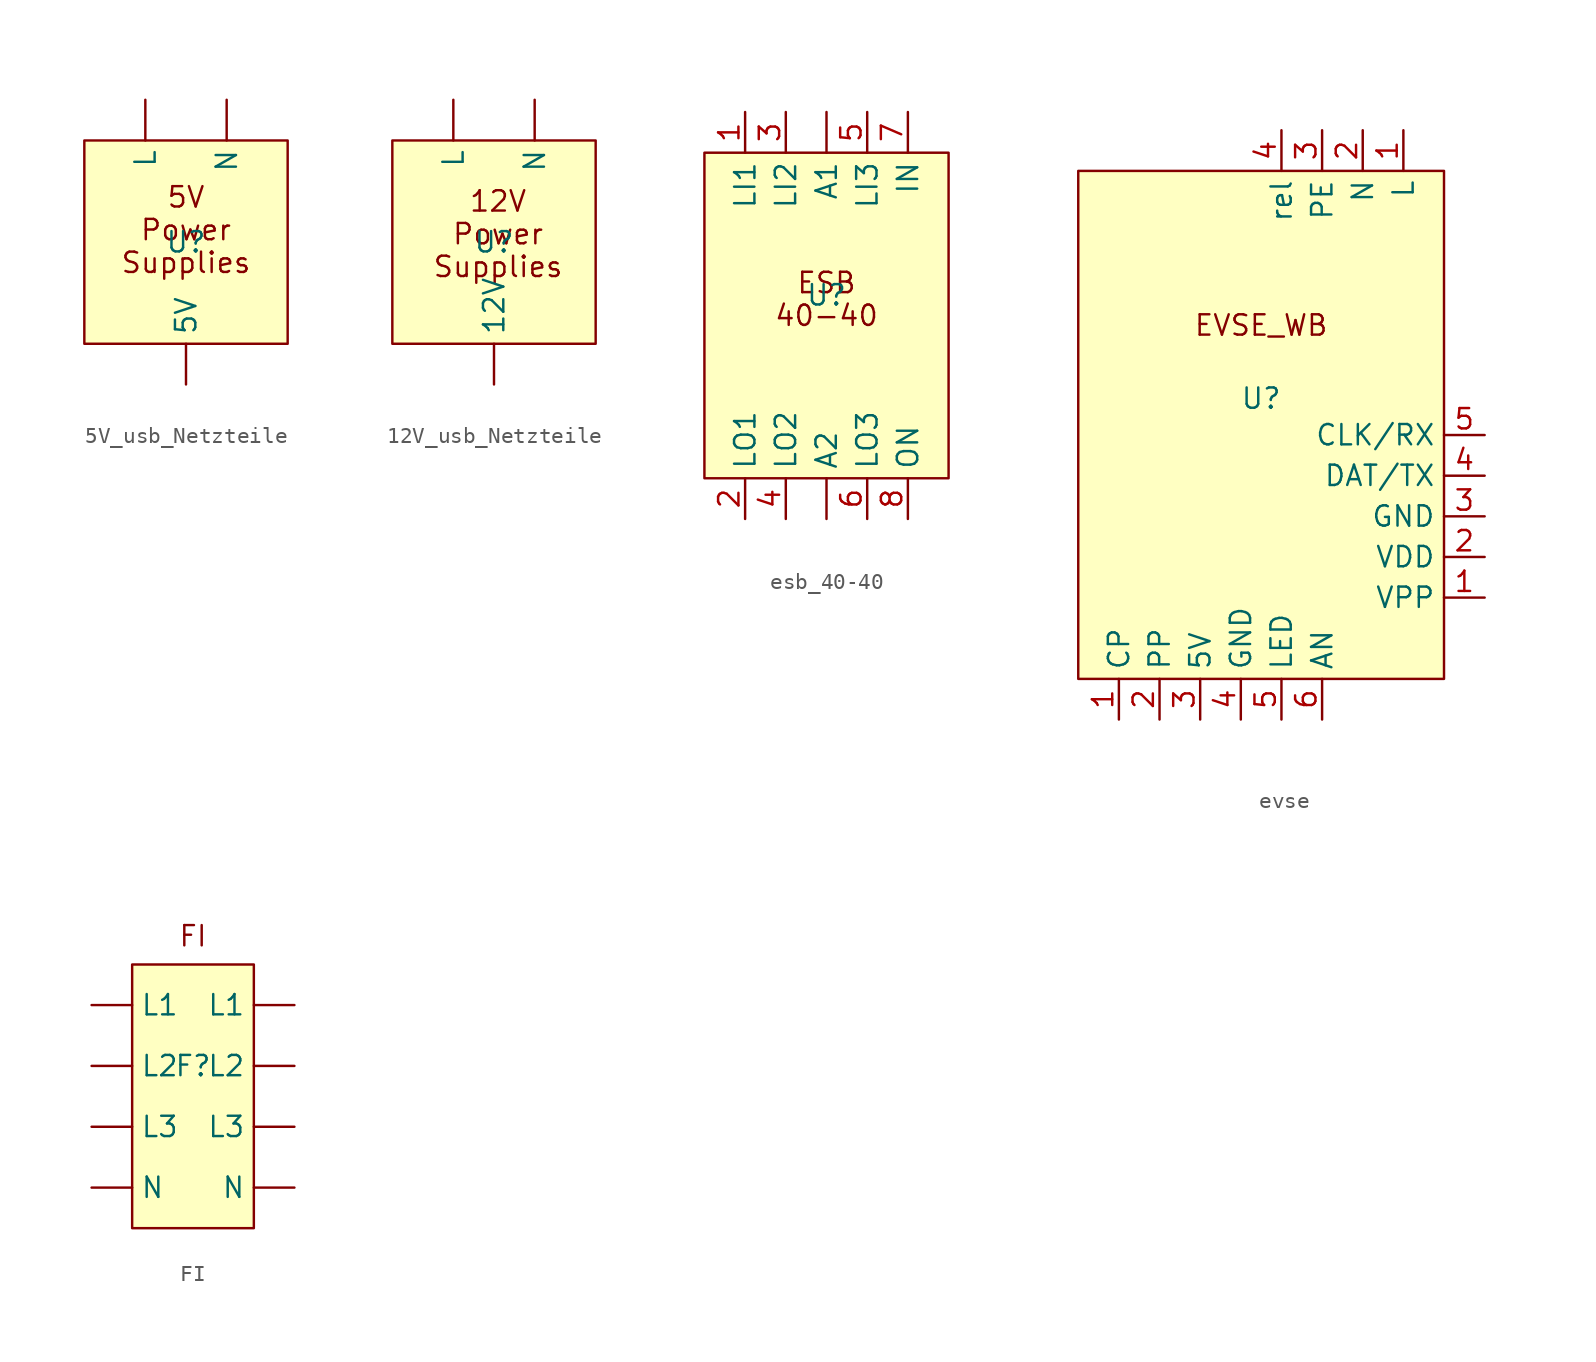
<source format=kicad_sym>
(kicad_symbol_lib
  (version 20231120)
  (generator "kicad_symbol_editor")
  (generator_version "8.0")
  (symbol "5V_usb_Netzteile"
    (property "Reference" "U"
      (at 0 0 0)
      (effects (font (size 1.27 1.27))))
    (property "Value" ""
      (at 0 0 0)
      (effects (font (size 1.27 1.27))))
    (symbol "5V_usb_Netzteile_1_1"
      (rectangle (start -6.35 6.35) (end 6.35 -6.35) (stroke (width 0) (type default)) (fill (type background)))
      (text "5V\nPower\nSupplies" (at 0 0.762 0) (effects (font (size 1.27 1.27))))
      (pin output line (at 0 -8.89 90) (length 2.54) (name "5V" (effects (font (size 1.27 1.27)))) (number "" (effects (font (size 1.27 1.27)))))
      (pin power_in line (at -2.54 8.89 270) (length 2.54) (name "L" (effects (font (size 1.27 1.27)))) (number "" (effects (font (size 1.27 1.27)))))
      (pin power_in line (at 2.54 8.89 270) (length 2.54) (name "N" (effects (font (size 1.27 1.27)))) (number "" (effects (font (size 1.27 1.27)))))))
  (symbol "12V_usb_Netzteile"
    (property "Reference" "U"
      (at 0 0 0)
      (effects (font (size 1.27 1.27))))
    (property "Value" ""
      (at 0 0 0)
      (effects (font (size 1.27 1.27))))
    (symbol "12V_usb_Netzteile_1_1"
      (rectangle (start -6.35 6.35) (end 6.35 -6.35) (stroke (width 0) (type default)) (fill (type background)))
      (text "12V\nPower\nSupplies" (at 0.254 0.508 0) (effects (font (size 1.27 1.27))))
      (pin output line (at 0 -8.89 90) (length 2.54) (name "12V" (effects (font (size 1.27 1.27)))) (number "" (effects (font (size 1.27 1.27)))))
      (pin power_in line (at -2.54 8.89 270) (length 2.54) (name "L" (effects (font (size 1.27 1.27)))) (number "" (effects (font (size 1.27 1.27)))))
      (pin power_in line (at 2.54 8.89 270) (length 2.54) (name "N" (effects (font (size 1.27 1.27)))) (number "" (effects (font (size 1.27 1.27)))))))
  (symbol "esb_40-40"
    (property "Reference" "U"
      (at 0 0 0)
      (effects (font (size 1.27 1.27))))
    (property "Value" ""
      (at 0 0 0)
      (effects (font (size 1.27 1.27))))
    (symbol "esb_40-40_1_1"
      (rectangle (start -7.62 8.89) (end 7.62 -11.43) (stroke (width 0) (type default)) (fill (type background)))
      (text "ESB\n40-40" (at 0 -0.254 0) (effects (font (size 1.27 1.27))))
      (pin power_in line (at 0 11.43 270) (length 2.54) (name "A1" (effects (font (size 1.27 1.27)))) (number "" (effects (font (size 1.27 1.27)))))
      (pin power_out line (at 0 -13.97 90) (length 2.54) (name "A2" (effects (font (size 1.27 1.27)))) (number "" (effects (font (size 1.27 1.27)))))
      (pin power_in line (at -5.08 11.43 270) (length 2.54) (name "LI1" (effects (font (size 1.27 1.27)))) (number "1" (effects (font (size 1.27 1.27)))))
      (pin power_out line (at -5.08 -13.97 90) (length 2.54) (name "LO1" (effects (font (size 1.27 1.27)))) (number "2" (effects (font (size 1.27 1.27)))))
      (pin power_in line (at -2.54 11.43 270) (length 2.54) (name "LI2" (effects (font (size 1.27 1.27)))) (number "3" (effects (font (size 1.27 1.27)))))
      (pin power_out line (at -2.54 -13.97 90) (length 2.54) (name "LO2" (effects (font (size 1.27 1.27)))) (number "4" (effects (font (size 1.27 1.27)))))
      (pin power_in line (at 2.54 11.43 270) (length 2.54) (name "LI3" (effects (font (size 1.27 1.27)))) (number "5" (effects (font (size 1.27 1.27)))))
      (pin power_out line (at 2.54 -13.97 90) (length 2.54) (name "LO3" (effects (font (size 1.27 1.27)))) (number "6" (effects (font (size 1.27 1.27)))))
      (pin power_in line (at 5.08 11.43 270) (length 2.54) (name "IN" (effects (font (size 1.27 1.27)))) (number "7" (effects (font (size 1.27 1.27)))))
      (pin power_out line (at 5.08 -13.97 90) (length 2.54) (name "ON" (effects (font (size 1.27 1.27)))) (number "8" (effects (font (size 1.27 1.27)))))))
  (symbol "evse"
    (property "Reference" "U"
      (at 0 -0.254 0)
      (effects (font (size 1.27 1.27))))
    (property "Value" ""
      (at -2.54 3.81 0)
      (effects (font (size 1.27 1.27))))
    (symbol "evse_1_1"
      (rectangle (start -11.43 13.97) (end 11.43 -17.78) (stroke (width 0) (type default)) (fill (type background)))
      (text "EVSE_WB" (at 0 4.318 0) (effects (font (size 1.27 1.27))))
      (pin passive line (at -8.89 -20.32 90) (length 2.54) (name "CP" (effects (font (size 1.27 1.27)))) (number "1" (effects (font (size 1.27 1.27)))))
      (pin passive line (at 8.89 16.51 270) (length 2.54) (name "L" (effects (font (size 1.27 1.27)))) (number "1" (effects (font (size 1.27 1.27)))))
      (pin passive line (at 13.97 -12.7 180) (length 2.54) (name "VPP" (effects (font (size 1.27 1.27)))) (number "1" (effects (font (size 1.27 1.27)))))
      (pin passive line (at 6.35 16.51 270) (length 2.54) (name "N" (effects (font (size 1.27 1.27)))) (number "2" (effects (font (size 1.27 1.27)))))
      (pin passive line (at -6.35 -20.32 90) (length 2.54) (name "PP" (effects (font (size 1.27 1.27)))) (number "2" (effects (font (size 1.27 1.27)))))
      (pin passive line (at 13.97 -10.16 180) (length 2.54) (name "VDD" (effects (font (size 1.27 1.27)))) (number "2" (effects (font (size 1.27 1.27)))))
      (pin passive line (at -3.81 -20.32 90) (length 2.54) (name "5V" (effects (font (size 1.27 1.27)))) (number "3" (effects (font (size 1.27 1.27)))))
      (pin passive line (at 13.97 -7.62 180) (length 2.54) (name "GND" (effects (font (size 1.27 1.27)))) (number "3" (effects (font (size 1.27 1.27)))))
      (pin passive line (at 3.81 16.51 270) (length 2.54) (name "PE" (effects (font (size 1.27 1.27)))) (number "3" (effects (font (size 1.27 1.27)))))
      (pin passive line (at 13.97 -5.08 180) (length 2.54) (name "DAT/TX" (effects (font (size 1.27 1.27)))) (number "4" (effects (font (size 1.27 1.27)))))
      (pin passive line (at -1.27 -20.32 90) (length 2.54) (name "GND" (effects (font (size 1.27 1.27)))) (number "4" (effects (font (size 1.27 1.27)))))
      (pin passive line (at 1.27 16.51 270) (length 2.54) (name "rel" (effects (font (size 1.27 1.27)))) (number "4" (effects (font (size 1.27 1.27)))))
      (pin passive line (at 13.97 -2.54 180) (length 2.54) (name "CLK/RX" (effects (font (size 1.27 1.27)))) (number "5" (effects (font (size 1.27 1.27)))))
      (pin passive line (at 1.27 -20.32 90) (length 2.54) (name "LED" (effects (font (size 1.27 1.27)))) (number "5" (effects (font (size 1.27 1.27)))))
      (pin passive line (at 3.81 -20.32 90) (length 2.54) (name "AN" (effects (font (size 1.27 1.27)))) (number "6" (effects (font (size 1.27 1.27)))))))
  (symbol "FI"
    (property "Reference" "F"
      (at 0 0 0)
      (effects (font (size 1.27 1.27))))
    (property "Value" ""
      (at 0 0 0)
      (effects (font (size 1.27 1.27))))
    (symbol "FI_1_1"
      (rectangle (start -3.81 6.35) (end 3.81 -10.16) (stroke (width 0) (type default)) (fill (type background)))
      (text "FI" (at 0 8.128 0) (effects (font (size 1.27 1.27))))
      (pin input line (at -6.35 3.81 0) (length 2.54) (name "L1" (effects (font (size 1.27 1.27)))) (number "" (effects (font (size 1.27 1.27)))))
      (pin output line (at 6.35 3.81 180) (length 2.54) (name "L1" (effects (font (size 1.27 1.27)))) (number "" (effects (font (size 1.27 1.27)))))
      (pin input line (at -6.35 0 0) (length 2.54) (name "L2" (effects (font (size 1.27 1.27)))) (number "" (effects (font (size 1.27 1.27)))))
      (pin output line (at 6.35 0 180) (length 2.54) (name "L2" (effects (font (size 1.27 1.27)))) (number "" (effects (font (size 1.27 1.27)))))
      (pin input line (at -6.35 -3.81 0) (length 2.54) (name "L3" (effects (font (size 1.27 1.27)))) (number "" (effects (font (size 1.27 1.27)))))
      (pin output line (at 6.35 -3.81 180) (length 2.54) (name "L3" (effects (font (size 1.27 1.27)))) (number "" (effects (font (size 1.27 1.27)))))
      (pin input line (at -6.35 -7.62 0) (length 2.54) (name "N" (effects (font (size 1.27 1.27)))) (number "" (effects (font (size 1.27 1.27)))))
      (pin output line (at 6.35 -7.62 180) (length 2.54) (name "N" (effects (font (size 1.27 1.27)))) (number "" (effects (font (size 1.27 1.27))))))))
</source>
